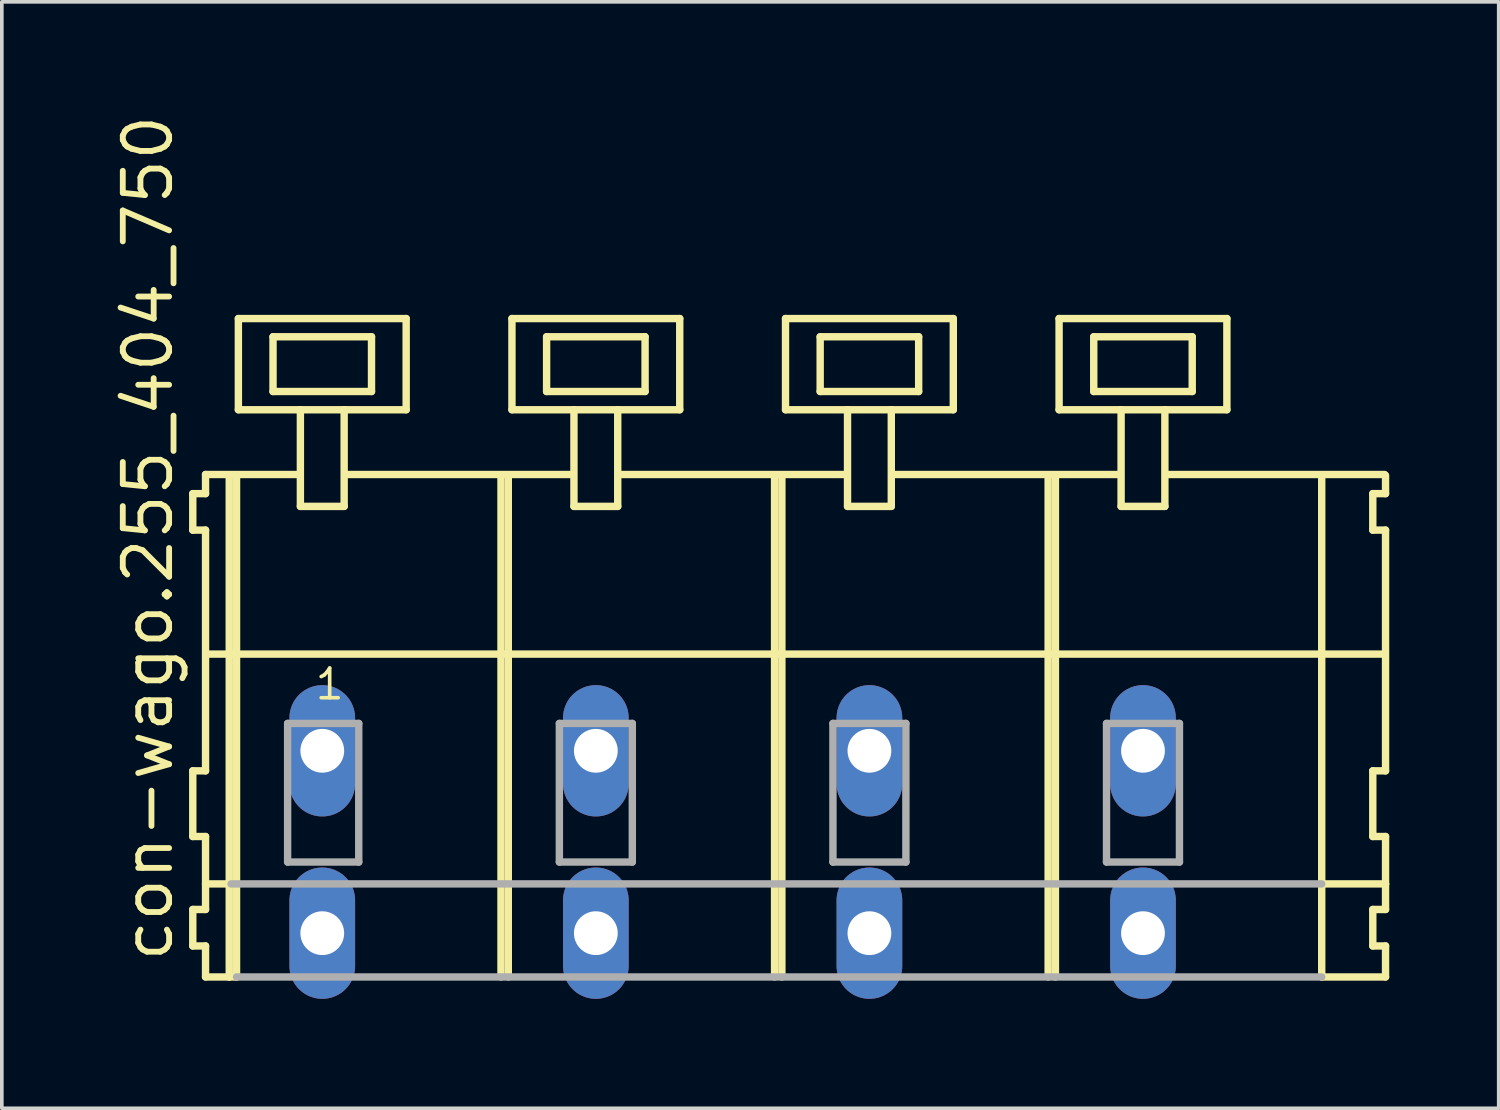
<source format=kicad_pcb>
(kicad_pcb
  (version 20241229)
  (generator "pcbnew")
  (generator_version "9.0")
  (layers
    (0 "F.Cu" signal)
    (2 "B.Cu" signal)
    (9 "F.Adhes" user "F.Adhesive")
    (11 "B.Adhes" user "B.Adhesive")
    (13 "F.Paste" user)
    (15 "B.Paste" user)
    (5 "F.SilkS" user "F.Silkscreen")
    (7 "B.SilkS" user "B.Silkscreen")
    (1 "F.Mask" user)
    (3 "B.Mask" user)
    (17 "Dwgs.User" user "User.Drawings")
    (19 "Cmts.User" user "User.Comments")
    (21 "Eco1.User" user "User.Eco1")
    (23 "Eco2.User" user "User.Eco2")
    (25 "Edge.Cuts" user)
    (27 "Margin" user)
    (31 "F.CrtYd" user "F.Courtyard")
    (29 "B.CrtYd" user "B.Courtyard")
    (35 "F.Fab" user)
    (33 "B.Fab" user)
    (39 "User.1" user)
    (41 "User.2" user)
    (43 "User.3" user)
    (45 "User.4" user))
  (footprint "con-wago.255_404_750"
    (layer "F.Cu")
    (at 18.285 17.533)
    (property "Reference" "con-wago.255_404_750" (at -16.535 5.855 90) (layer "F.SilkS") (effects (font (size 1.27 1.27) (thickness 0.16)) (justify left bottom)))
    (attr through_hole)
    (fp_line (start -16.05 -7.05) (end -16.05 -6.05) (stroke (width 0.203) (type default)) (layer "F.SilkS"))
    (fp_line (start -16.05 -6.05) (end -15.7 -6.05) (stroke (width 0.203) (type default)) (layer "F.SilkS"))
    (fp_line (start -16.05 0.55) (end -16.05 2.35) (stroke (width 0.203) (type default)) (layer "F.SilkS"))
    (fp_line (start -16.05 2.35) (end -15.7 2.35) (stroke (width 0.203) (type default)) (layer "F.SilkS"))
    (fp_line (start -16.05 4.35) (end -16.05 5.35) (stroke (width 0.203) (type default)) (layer "F.SilkS"))
    (fp_line (start -16.05 5.35) (end -15.7 5.35) (stroke (width 0.203) (type default)) (layer "F.SilkS"))
    (fp_line (start -15.7 -7.575) (end -15.7 -7.05) (stroke (width 0.203) (type default)) (layer "F.SilkS"))
    (fp_line (start -15.7 -7.575) (end -13.125 -7.575) (stroke (width 0.203) (type default)) (layer "F.SilkS"))
    (fp_line (start -15.7 -7.05) (end -16.05 -7.05) (stroke (width 0.203) (type default)) (layer "F.SilkS"))
    (fp_line (start -15.7 -6.05) (end -15.7 0.55) (stroke (width 0.203) (type default)) (layer "F.SilkS"))
    (fp_line (start -15.7 0.55) (end -16.05 0.55) (stroke (width 0.203) (type default)) (layer "F.SilkS"))
    (fp_line (start -15.7 2.35) (end -15.7 4.35) (stroke (width 0.203) (type default)) (layer "F.SilkS"))
    (fp_line (start -15.7 3.65) (end -15 3.65) (stroke (width 0.203) (type default)) (layer "F.SilkS"))
    (fp_line (start -15.7 4.35) (end -16.05 4.35) (stroke (width 0.203) (type default)) (layer "F.SilkS"))
    (fp_line (start -15.7 5.35) (end -15.7 6.2) (stroke (width 0.203) (type default)) (layer "F.SilkS"))
    (fp_line (start -15.7 6.2) (end -15.05 6.2) (stroke (width 0.203) (type default)) (layer "F.SilkS"))
    (fp_line (start -15.65 -2.65) (end 16.6 -2.65) (stroke (width 0.203) (type default)) (layer "F.SilkS"))
    (fp_line (start -15.05 -7.55) (end -15.05 6.2) (stroke (width 0.203) (type default)) (layer "F.SilkS"))
    (fp_line (start -15.05 6.2) (end -14.85 6.2) (stroke (width 0.203) (type default)) (layer "F.SilkS"))
    (fp_line (start -14.85 -7.55) (end -14.85 6.2) (stroke (width 0.203) (type default)) (layer "F.SilkS"))
    (fp_line (start -14.8 -11.85) (end -14.8 -9.35) (stroke (width 0.203) (type default)) (layer "F.SilkS"))
    (fp_line (start -14.8 -9.35) (end -13.1 -9.35) (stroke (width 0.203) (type default)) (layer "F.SilkS"))
    (fp_line (start -13.85 -11.35) (end -13.85 -9.85) (stroke (width 0.203) (type default)) (layer "F.SilkS"))
    (fp_line (start -13.85 -9.85) (end -11.15 -9.85) (stroke (width 0.203) (type default)) (layer "F.SilkS"))
    (fp_line (start -13.1 -9.35) (end -13.1 -6.7) (stroke (width 0.203) (type default)) (layer "F.SilkS"))
    (fp_line (start -13.1 -9.35) (end -11.9 -9.35) (stroke (width 0.203) (type default)) (layer "F.SilkS"))
    (fp_line (start -13.1 -6.7) (end -11.9 -6.7) (stroke (width 0.203) (type default)) (layer "F.SilkS"))
    (fp_line (start -11.9 -9.35) (end -10.2 -9.35) (stroke (width 0.203) (type default)) (layer "F.SilkS"))
    (fp_line (start -11.9 -6.7) (end -11.9 -9.35) (stroke (width 0.203) (type default)) (layer "F.SilkS"))
    (fp_line (start -11.825 -7.575) (end -5.625 -7.575) (stroke (width 0.203) (type default)) (layer "F.SilkS"))
    (fp_line (start -11.15 -11.35) (end -13.85 -11.35) (stroke (width 0.203) (type default)) (layer "F.SilkS"))
    (fp_line (start -11.15 -9.85) (end -11.15 -11.35) (stroke (width 0.203) (type default)) (layer "F.SilkS"))
    (fp_line (start -10.2 -11.85) (end -14.8 -11.85) (stroke (width 0.203) (type default)) (layer "F.SilkS"))
    (fp_line (start -10.2 -9.35) (end -10.2 -11.85) (stroke (width 0.203) (type default)) (layer "F.SilkS"))
    (fp_line (start -7.6 -7.55) (end -7.6 6.2) (stroke (width 0.203) (type default)) (layer "F.SilkS"))
    (fp_line (start -7.4 -7.55) (end -7.4 6.2) (stroke (width 0.203) (type default)) (layer "F.SilkS"))
    (fp_line (start -7.3 -11.85) (end -7.3 -9.35) (stroke (width 0.203) (type default)) (layer "F.SilkS"))
    (fp_line (start -7.3 -9.35) (end -5.6 -9.35) (stroke (width 0.203) (type default)) (layer "F.SilkS"))
    (fp_line (start -6.35 -11.35) (end -6.35 -9.85) (stroke (width 0.203) (type default)) (layer "F.SilkS"))
    (fp_line (start -6.35 -9.85) (end -3.65 -9.85) (stroke (width 0.203) (type default)) (layer "F.SilkS"))
    (fp_line (start -5.6 -9.35) (end -5.6 -6.7) (stroke (width 0.203) (type default)) (layer "F.SilkS"))
    (fp_line (start -5.6 -9.35) (end -4.4 -9.35) (stroke (width 0.203) (type default)) (layer "F.SilkS"))
    (fp_line (start -5.6 -6.7) (end -4.4 -6.7) (stroke (width 0.203) (type default)) (layer "F.SilkS"))
    (fp_line (start -4.4 -9.35) (end -2.7 -9.35) (stroke (width 0.203) (type default)) (layer "F.SilkS"))
    (fp_line (start -4.4 -6.7) (end -4.4 -9.35) (stroke (width 0.203) (type default)) (layer "F.SilkS"))
    (fp_line (start -4.325 -7.575) (end 1.875 -7.575) (stroke (width 0.203) (type default)) (layer "F.SilkS"))
    (fp_line (start -3.65 -11.35) (end -6.35 -11.35) (stroke (width 0.203) (type default)) (layer "F.SilkS"))
    (fp_line (start -3.65 -9.85) (end -3.65 -11.35) (stroke (width 0.203) (type default)) (layer "F.SilkS"))
    (fp_line (start -2.7 -11.85) (end -7.3 -11.85) (stroke (width 0.203) (type default)) (layer "F.SilkS"))
    (fp_line (start -2.7 -9.35) (end -2.7 -11.85) (stroke (width 0.203) (type default)) (layer "F.SilkS"))
    (fp_line (start -0.1 -7.55) (end -0.1 6.2) (stroke (width 0.203) (type default)) (layer "F.SilkS"))
    (fp_line (start 0.1 -7.55) (end 0.1 6.2) (stroke (width 0.203) (type default)) (layer "F.SilkS"))
    (fp_line (start 0.2 -11.85) (end 0.2 -9.35) (stroke (width 0.203) (type default)) (layer "F.SilkS"))
    (fp_line (start 0.2 -9.35) (end 1.9 -9.35) (stroke (width 0.203) (type default)) (layer "F.SilkS"))
    (fp_line (start 1.15 -11.35) (end 1.15 -9.85) (stroke (width 0.203) (type default)) (layer "F.SilkS"))
    (fp_line (start 1.15 -9.85) (end 3.85 -9.85) (stroke (width 0.203) (type default)) (layer "F.SilkS"))
    (fp_line (start 1.9 -9.35) (end 1.9 -6.7) (stroke (width 0.203) (type default)) (layer "F.SilkS"))
    (fp_line (start 1.9 -9.35) (end 3.1 -9.35) (stroke (width 0.203) (type default)) (layer "F.SilkS"))
    (fp_line (start 1.9 -6.7) (end 3.1 -6.7) (stroke (width 0.203) (type default)) (layer "F.SilkS"))
    (fp_line (start 3.1 -9.35) (end 4.8 -9.35) (stroke (width 0.203) (type default)) (layer "F.SilkS"))
    (fp_line (start 3.1 -6.7) (end 3.1 -9.35) (stroke (width 0.203) (type default)) (layer "F.SilkS"))
    (fp_line (start 3.175 -7.575) (end 9.375 -7.575) (stroke (width 0.203) (type default)) (layer "F.SilkS"))
    (fp_line (start 3.85 -11.35) (end 1.15 -11.35) (stroke (width 0.203) (type default)) (layer "F.SilkS"))
    (fp_line (start 3.85 -9.85) (end 3.85 -11.35) (stroke (width 0.203) (type default)) (layer "F.SilkS"))
    (fp_line (start 4.8 -11.85) (end 0.2 -11.85) (stroke (width 0.203) (type default)) (layer "F.SilkS"))
    (fp_line (start 4.8 -9.35) (end 4.8 -11.85) (stroke (width 0.203) (type default)) (layer "F.SilkS"))
    (fp_line (start 7.4 -7.55) (end 7.4 6.2) (stroke (width 0.203) (type default)) (layer "F.SilkS"))
    (fp_line (start 7.6 -7.55) (end 7.6 6.2) (stroke (width 0.203) (type default)) (layer "F.SilkS"))
    (fp_line (start 7.7 -11.85) (end 7.7 -9.35) (stroke (width 0.203) (type default)) (layer "F.SilkS"))
    (fp_line (start 7.7 -9.35) (end 9.4 -9.35) (stroke (width 0.203) (type default)) (layer "F.SilkS"))
    (fp_line (start 8.65 -11.35) (end 8.65 -9.85) (stroke (width 0.203) (type default)) (layer "F.SilkS"))
    (fp_line (start 8.65 -9.85) (end 11.35 -9.85) (stroke (width 0.203) (type default)) (layer "F.SilkS"))
    (fp_line (start 9.4 -9.35) (end 9.4 -6.7) (stroke (width 0.203) (type default)) (layer "F.SilkS"))
    (fp_line (start 9.4 -9.35) (end 10.6 -9.35) (stroke (width 0.203) (type default)) (layer "F.SilkS"))
    (fp_line (start 9.4 -6.7) (end 10.6 -6.7) (stroke (width 0.203) (type default)) (layer "F.SilkS"))
    (fp_line (start 10.6 -9.35) (end 12.3 -9.35) (stroke (width 0.203) (type default)) (layer "F.SilkS"))
    (fp_line (start 10.6 -6.7) (end 10.6 -9.35) (stroke (width 0.203) (type default)) (layer "F.SilkS"))
    (fp_line (start 10.625 -7.575) (end 16.625 -7.575) (stroke (width 0.203) (type default)) (layer "F.SilkS"))
    (fp_line (start 11.35 -11.35) (end 8.65 -11.35) (stroke (width 0.203) (type default)) (layer "F.SilkS"))
    (fp_line (start 11.35 -9.85) (end 11.35 -11.35) (stroke (width 0.203) (type default)) (layer "F.SilkS"))
    (fp_line (start 12.3 -11.85) (end 7.7 -11.85) (stroke (width 0.203) (type default)) (layer "F.SilkS"))
    (fp_line (start 12.3 -9.35) (end 12.3 -11.85) (stroke (width 0.203) (type default)) (layer "F.SilkS"))
    (fp_line (start 14.9 -7.55) (end 14.9 6.2) (stroke (width 0.203) (type default)) (layer "F.SilkS"))
    (fp_line (start 14.9 6.2) (end 16.65 6.2) (stroke (width 0.203) (type default)) (layer "F.SilkS"))
    (fp_line (start 14.95 3.65) (end 16.65 3.65) (stroke (width 0.203) (type default)) (layer "F.SilkS"))
    (fp_line (start 16.3 -7.05) (end 16.3 -6.05) (stroke (width 0.203) (type default)) (layer "F.SilkS"))
    (fp_line (start 16.3 -6.05) (end 16.65 -6.05) (stroke (width 0.203) (type default)) (layer "F.SilkS"))
    (fp_line (start 16.3 0.55) (end 16.3 2.35) (stroke (width 0.203) (type default)) (layer "F.SilkS"))
    (fp_line (start 16.3 2.35) (end 16.65 2.35) (stroke (width 0.203) (type default)) (layer "F.SilkS"))
    (fp_line (start 16.3 4.35) (end 16.3 5.35) (stroke (width 0.203) (type default)) (layer "F.SilkS"))
    (fp_line (start 16.3 5.35) (end 16.65 5.35) (stroke (width 0.203) (type default)) (layer "F.SilkS"))
    (fp_line (start 16.65 -7.05) (end 16.3 -7.05) (stroke (width 0.203) (type default)) (layer "F.SilkS"))
    (fp_line (start 16.65 -7.05) (end 16.65 -7.55) (stroke (width 0.203) (type default)) (layer "F.SilkS"))
    (fp_line (start 16.65 0.55) (end 16.3 0.55) (stroke (width 0.203) (type default)) (layer "F.SilkS"))
    (fp_line (start 16.65 0.55) (end 16.65 -6.05) (stroke (width 0.203) (type default)) (layer "F.SilkS"))
    (fp_line (start 16.65 3.65) (end 16.65 2.35) (stroke (width 0.203) (type default)) (layer "F.SilkS"))
    (fp_line (start 16.65 4.35) (end 16.3 4.35) (stroke (width 0.203) (type default)) (layer "F.SilkS"))
    (fp_line (start 16.65 4.35) (end 16.65 3.65) (stroke (width 0.203) (type default)) (layer "F.SilkS"))
    (fp_line (start 16.65 6.2) (end 16.65 5.35) (stroke (width 0.203) (type default)) (layer "F.SilkS"))
    (fp_line (start -15 3.65) (end 14.9 3.65) (stroke (width 0.203) (type default)) (layer "F.Fab"))
    (fp_line (start -14.85 6.2) (end 14.9 6.2) (stroke (width 0.203) (type default)) (layer "F.Fab"))
    (fp_line (start -13.45 -0.75) (end -13.45 3.05) (stroke (width 0.203) (type default)) (layer "F.Fab"))
    (fp_line (start -13.45 3.05) (end -11.5 3.05) (stroke (width 0.203) (type default)) (layer "F.Fab"))
    (fp_line (start -11.5 -0.75) (end -13.45 -0.75) (stroke (width 0.203) (type default)) (layer "F.Fab"))
    (fp_line (start -11.5 3.05) (end -11.5 -0.75) (stroke (width 0.203) (type default)) (layer "F.Fab"))
    (fp_line (start -6 -0.75) (end -6 3.05) (stroke (width 0.203) (type default)) (layer "F.Fab"))
    (fp_line (start -6 3.05) (end -4 3.05) (stroke (width 0.203) (type default)) (layer "F.Fab"))
    (fp_line (start -4 -0.75) (end -6 -0.75) (stroke (width 0.203) (type default)) (layer "F.Fab"))
    (fp_line (start -4 3.05) (end -4 -0.75) (stroke (width 0.203) (type default)) (layer "F.Fab"))
    (fp_line (start 1.5 -0.75) (end 1.5 3.05) (stroke (width 0.203) (type default)) (layer "F.Fab"))
    (fp_line (start 1.5 3.05) (end 3.5 3.05) (stroke (width 0.203) (type default)) (layer "F.Fab"))
    (fp_line (start 3.5 -0.75) (end 1.5 -0.75) (stroke (width 0.203) (type default)) (layer "F.Fab"))
    (fp_line (start 3.5 3.05) (end 3.5 -0.75) (stroke (width 0.203) (type default)) (layer "F.Fab"))
    (fp_line (start 9 -0.75) (end 9 3.05) (stroke (width 0.203) (type default)) (layer "F.Fab"))
    (fp_line (start 9 3.05) (end 11 3.05) (stroke (width 0.203) (type default)) (layer "F.Fab"))
    (fp_line (start 11 -0.75) (end 9 -0.75) (stroke (width 0.203) (type default)) (layer "F.Fab"))
    (fp_line (start 11 3.05) (end 11 -0.75) (stroke (width 0.203) (type default)) (layer "F.Fab"))
    (fp_text user "1" (at -12.75 -1.35 0) (layer "F.SilkS") (effects (font (size 0.813 0.813) (thickness 0.1)) (justify left bottom)))
    (pad "A1" thru_hole oval (at -12.5 0 90) (size 3.6 1.8) (drill 1.2) (layers "*.Cu" "*.Mask"))
    (pad "A2" thru_hole oval (at -5 0 90) (size 3.6 1.8) (drill 1.2) (layers "*.Cu" "*.Mask"))
    (pad "A3" thru_hole oval (at 2.5 0 90) (size 3.6 1.8) (drill 1.2) (layers "*.Cu" "*.Mask"))
    (pad "A4" thru_hole oval (at 10 0 90) (size 3.6 1.8) (drill 1.2) (layers "*.Cu" "*.Mask"))
    (pad "B1" thru_hole oval (at -12.5 5 90) (size 3.6 1.8) (drill 1.2) (layers "*.Cu" "*.Mask"))
    (pad "B2" thru_hole oval (at -5 5 90) (size 3.6 1.8) (drill 1.2) (layers "*.Cu" "*.Mask"))
    (pad "B3" thru_hole oval (at 2.5 5 90) (size 3.6 1.8) (drill 1.2) (layers "*.Cu" "*.Mask"))
    (pad "B4" thru_hole oval (at 10 5 90) (size 3.6 1.8) (drill 1.2) (layers "*.Cu" "*.Mask")))
  (gr_rect
    (start -3 -3)
    (end 38.037 27.333)
    (stroke (width 0.1) (type default))
    (fill no)
    (layer "Edge.Cuts")))
</source>
